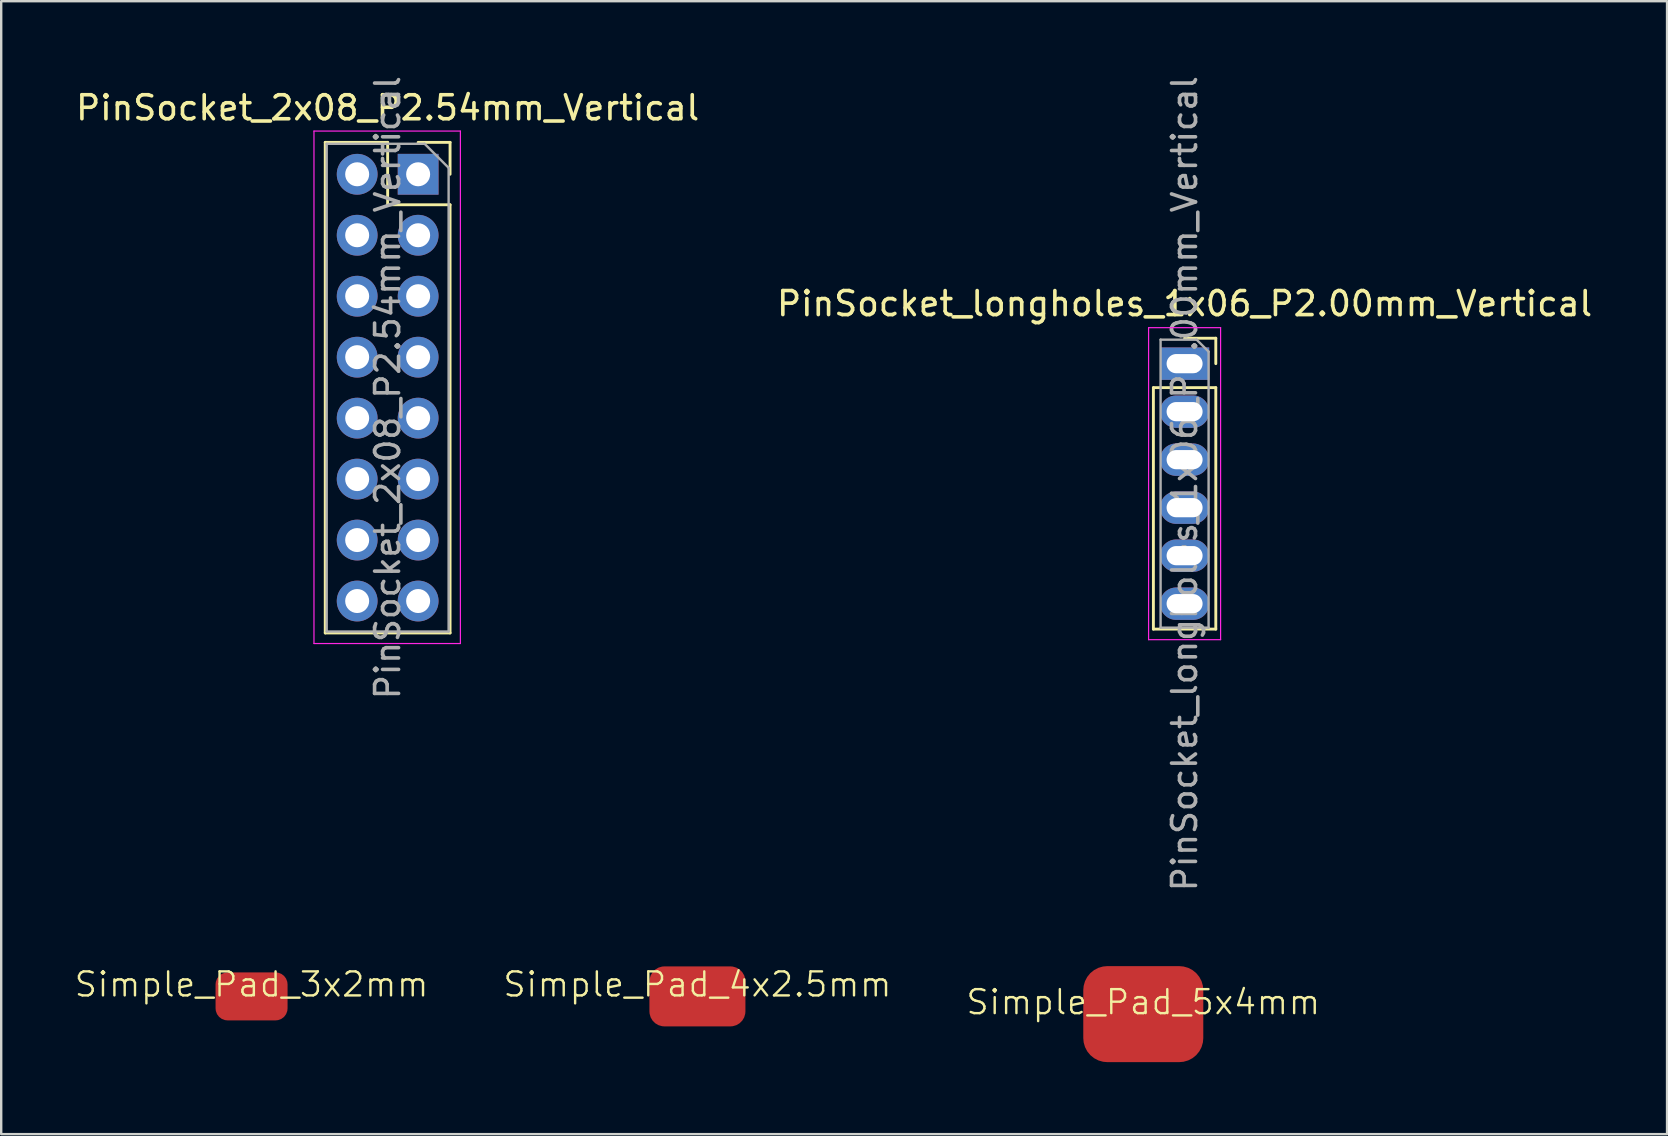
<source format=kicad_pcb>
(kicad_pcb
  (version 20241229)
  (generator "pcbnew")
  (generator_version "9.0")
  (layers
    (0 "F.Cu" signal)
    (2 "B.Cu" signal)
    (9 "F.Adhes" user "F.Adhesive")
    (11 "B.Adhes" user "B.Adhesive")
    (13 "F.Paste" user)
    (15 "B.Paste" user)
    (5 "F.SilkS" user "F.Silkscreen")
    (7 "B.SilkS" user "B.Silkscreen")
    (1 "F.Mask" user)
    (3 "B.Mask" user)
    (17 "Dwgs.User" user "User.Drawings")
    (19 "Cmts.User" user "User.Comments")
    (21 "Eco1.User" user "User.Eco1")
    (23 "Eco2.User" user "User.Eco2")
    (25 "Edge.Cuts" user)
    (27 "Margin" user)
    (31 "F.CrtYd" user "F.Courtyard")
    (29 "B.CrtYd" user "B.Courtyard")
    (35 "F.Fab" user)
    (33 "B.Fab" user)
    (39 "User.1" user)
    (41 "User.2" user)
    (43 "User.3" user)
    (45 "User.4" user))
  (footprint "Simple_Pad_4x2.5mm"
    (layer "F.Cu")
    (at 26.007 38.463)
    (property "Reference" "Simple_Pad_4x2.5mm" (at 0 -0.5 0) (unlocked yes) (layer "F.SilkS") (effects (font (size 1 1) (thickness 0.1))))
    (attr smd)
    (pad "1" smd roundrect (at 0 0) (size 4 2.5) (layers "F.Cu" "F.Mask" "F.Paste") (roundrect_rratio 0.25)))
  (footprint "Simple_Pad_3x2mm"
    (layer "F.Cu")
    (at 7.431 38.463)
    (property "Reference" "Simple_Pad_3x2mm" (at 0 -0.5 0) (unlocked yes) (layer "F.SilkS") (effects (font (size 1 1) (thickness 0.1))))
    (attr smd)
    (pad "1" smd roundrect (at 0 0) (size 3 2) (layers "F.Cu" "F.Mask" "F.Paste") (roundrect_rratio 0.25)))
  (footprint "Simple_Pad_5x4mm"
    (layer "F.Cu")
    (at 44.583 39.202)
    (property "Reference" "Simple_Pad_5x4mm" (at 0 -0.5 0) (unlocked yes) (layer "F.SilkS") (effects (font (size 1 1) (thickness 0.1))))
    (attr smd)
    (pad "1" smd roundrect (at 0 0) (size 5 4) (layers "F.Cu" "F.Mask" "F.Paste") (roundrect_rratio 0.25)))
  (footprint "PinSocket_2x08_P2.54mm_Vertical"
    (layer "F.Cu")
    (at 13.101 13.101)
    (property "Reference" "PinSocket_2x08_P2.54mm_Vertical" (at 0 -11.66 0) (layer "F.SilkS") (effects (font (size 1 1) (thickness 0.15))))
    (attr through_hole)
    (fp_line (start -2.6 -10.22) (end -2.6 10.22) (stroke (width 0.12) (type solid)) (layer "F.SilkS"))
    (fp_line (start -2.6 -10.22) (end 0 -10.22) (stroke (width 0.12) (type solid)) (layer "F.SilkS"))
    (fp_line (start -2.6 10.22) (end 2.6 10.22) (stroke (width 0.12) (type solid)) (layer "F.SilkS"))
    (fp_line (start 0 -10.22) (end 0 -7.62) (stroke (width 0.12) (type solid)) (layer "F.SilkS"))
    (fp_line (start 0 -7.62) (end 2.6 -7.62) (stroke (width 0.12) (type solid)) (layer "F.SilkS"))
    (fp_line (start 1.27 -10.22) (end 2.6 -10.22) (stroke (width 0.12) (type solid)) (layer "F.SilkS"))
    (fp_line (start 2.6 -10.22) (end 2.6 -8.89) (stroke (width 0.12) (type solid)) (layer "F.SilkS"))
    (fp_line (start 2.6 -7.62) (end 2.6 10.22) (stroke (width 0.12) (type solid)) (layer "F.SilkS"))
    (fp_line (start -3.07 -10.69) (end 3.03 -10.69) (stroke (width 0.05) (type solid)) (layer "F.CrtYd"))
    (fp_line (start -3.07 10.66) (end -3.07 -10.69) (stroke (width 0.05) (type solid)) (layer "F.CrtYd"))
    (fp_line (start 3.03 -10.69) (end 3.03 10.66) (stroke (width 0.05) (type solid)) (layer "F.CrtYd"))
    (fp_line (start 3.03 10.66) (end -3.07 10.66) (stroke (width 0.05) (type solid)) (layer "F.CrtYd"))
    (fp_line (start -2.54 -10.16) (end 1.54 -10.16) (stroke (width 0.1) (type solid)) (layer "F.Fab"))
    (fp_line (start -2.54 10.16) (end -2.54 -10.16) (stroke (width 0.1) (type solid)) (layer "F.Fab"))
    (fp_line (start 1.54 -10.16) (end 2.54 -9.16) (stroke (width 0.1) (type solid)) (layer "F.Fab"))
    (fp_line (start 2.54 -9.16) (end 2.54 10.16) (stroke (width 0.1) (type solid)) (layer "F.Fab"))
    (fp_line (start 2.54 10.16) (end -2.54 10.16) (stroke (width 0.1) (type solid)) (layer "F.Fab"))
    (fp_text user "${REFERENCE}" (at 0 0 90) (layer "F.Fab") (effects (font (size 1 1) (thickness 0.15))))
    (pad "1" thru_hole rect (at 1.27 -8.89) (size 1.7 1.7) (drill 1) (layers "*.Cu" "*.Mask"))
    (pad "2" thru_hole oval (at -1.27 -8.89) (size 1.7 1.7) (drill 1) (layers "*.Cu" "*.Mask"))
    (pad "3" thru_hole oval (at 1.27 -6.35) (size 1.7 1.7) (drill 1) (layers "*.Cu" "*.Mask"))
    (pad "4" thru_hole oval (at -1.27 -6.35) (size 1.7 1.7) (drill 1) (layers "*.Cu" "*.Mask"))
    (pad "5" thru_hole oval (at 1.27 -3.81) (size 1.7 1.7) (drill 1) (layers "*.Cu" "*.Mask"))
    (pad "6" thru_hole oval (at -1.27 -3.81) (size 1.7 1.7) (drill 1) (layers "*.Cu" "*.Mask"))
    (pad "7" thru_hole oval (at 1.27 -1.27) (size 1.7 1.7) (drill 1) (layers "*.Cu" "*.Mask"))
    (pad "8" thru_hole oval (at -1.27 -1.27) (size 1.7 1.7) (drill 1) (layers "*.Cu" "*.Mask"))
    (pad "9" thru_hole oval (at 1.27 1.27) (size 1.7 1.7) (drill 1) (layers "*.Cu" "*.Mask"))
    (pad "10" thru_hole oval (at -1.27 1.27) (size 1.7 1.7) (drill 1) (layers "*.Cu" "*.Mask"))
    (pad "11" thru_hole oval (at 1.27 3.81) (size 1.7 1.7) (drill 1) (layers "*.Cu" "*.Mask"))
    (pad "12" thru_hole oval (at -1.27 3.81) (size 1.7 1.7) (drill 1) (layers "*.Cu" "*.Mask"))
    (pad "13" thru_hole oval (at 1.27 6.35) (size 1.7 1.7) (drill 1) (layers "*.Cu" "*.Mask"))
    (pad "14" thru_hole oval (at -1.27 6.35) (size 1.7 1.7) (drill 1) (layers "*.Cu" "*.Mask"))
    (pad "15" thru_hole oval (at 1.27 8.89) (size 1.7 1.7) (drill 1) (layers "*.Cu" "*.Mask"))
    (pad "16" thru_hole oval (at -1.27 8.89) (size 1.7 1.7) (drill 1) (layers "*.Cu" "*.Mask")))
  (footprint "PinSocket_longholes_1x06_P2.00mm_Vertical"
    (layer "F.Cu")
    (at 46.304 17.101)
    (property "Reference" "PinSocket_longholes_1x06_P2.00mm_Vertical" (at 0 -7.5 0) (layer "F.SilkS") (effects (font (size 1 1) (thickness 0.15))))
    (attr through_hole)
    (fp_line (start -1.3 -4) (end -1.3 6.06) (stroke (width 0.12) (type solid)) (layer "F.SilkS"))
    (fp_line (start -1.3 -4) (end 1.3 -4) (stroke (width 0.12) (type solid)) (layer "F.SilkS"))
    (fp_line (start -1.3 6.06) (end 1.3 6.06) (stroke (width 0.12) (type solid)) (layer "F.SilkS"))
    (fp_line (start 0 -6.06) (end 1.3 -6.06) (stroke (width 0.12) (type solid)) (layer "F.SilkS"))
    (fp_line (start 1.3 -6.06) (end 1.3 -5) (stroke (width 0.12) (type solid)) (layer "F.SilkS"))
    (fp_line (start 1.3 -4) (end 1.3 6.06) (stroke (width 0.12) (type solid)) (layer "F.SilkS"))
    (fp_line (start -1.5 -6.5) (end 1.5 -6.5) (stroke (width 0.05) (type solid)) (layer "F.CrtYd"))
    (fp_line (start -1.5 6.5) (end -1.5 -6.5) (stroke (width 0.05) (type solid)) (layer "F.CrtYd"))
    (fp_line (start 1.5 -6.5) (end 1.5 6.5) (stroke (width 0.05) (type solid)) (layer "F.CrtYd"))
    (fp_line (start 1.5 6.5) (end -1.5 6.5) (stroke (width 0.05) (type solid)) (layer "F.CrtYd"))
    (fp_line (start -1 -6) (end 0.5 -6) (stroke (width 0.1) (type solid)) (layer "F.Fab"))
    (fp_line (start -1 6) (end -1 -6) (stroke (width 0.1) (type solid)) (layer "F.Fab"))
    (fp_line (start 0.5 -6) (end 1 -5.5) (stroke (width 0.1) (type solid)) (layer "F.Fab"))
    (fp_line (start 1 -5.5) (end 1 6) (stroke (width 0.1) (type solid)) (layer "F.Fab"))
    (fp_line (start 1 6) (end -1 6) (stroke (width 0.1) (type solid)) (layer "F.Fab"))
    (fp_text user "${REFERENCE}" (at 0 0 90) (layer "F.Fab") (effects (font (size 1 1) (thickness 0.15))))
    (pad "1" thru_hole rect (at 0 -5) (size 2.05 1.35) (drill oval 1.5 0.8) (layers "*.Cu" "*.Mask"))
    (pad "2" thru_hole oval (at 0 -3) (size 2.05 1.35) (drill oval 1.5 0.8) (layers "*.Cu" "*.Mask"))
    (pad "3" thru_hole oval (at 0 -1) (size 2.05 1.35) (drill oval 1.5 0.8) (layers "*.Cu" "*.Mask"))
    (pad "4" thru_hole oval (at 0 1) (size 2.05 1.35) (drill oval 1.5 0.8) (layers "*.Cu" "*.Mask"))
    (pad "5" thru_hole oval (at 0 3) (size 2.05 1.35) (drill oval 1.5 0.8) (layers "*.Cu" "*.Mask"))
    (pad "6" thru_hole oval (at 0 5) (size 2.05 1.35) (drill oval 1.5 0.8) (layers "*.Cu" "*.Mask")))
  (gr_rect
    (start -3 -3)
    (end 66.405 44.202)
    (stroke (width 0.1) (type default))
    (fill no)
    (layer "Edge.Cuts")))
</source>
